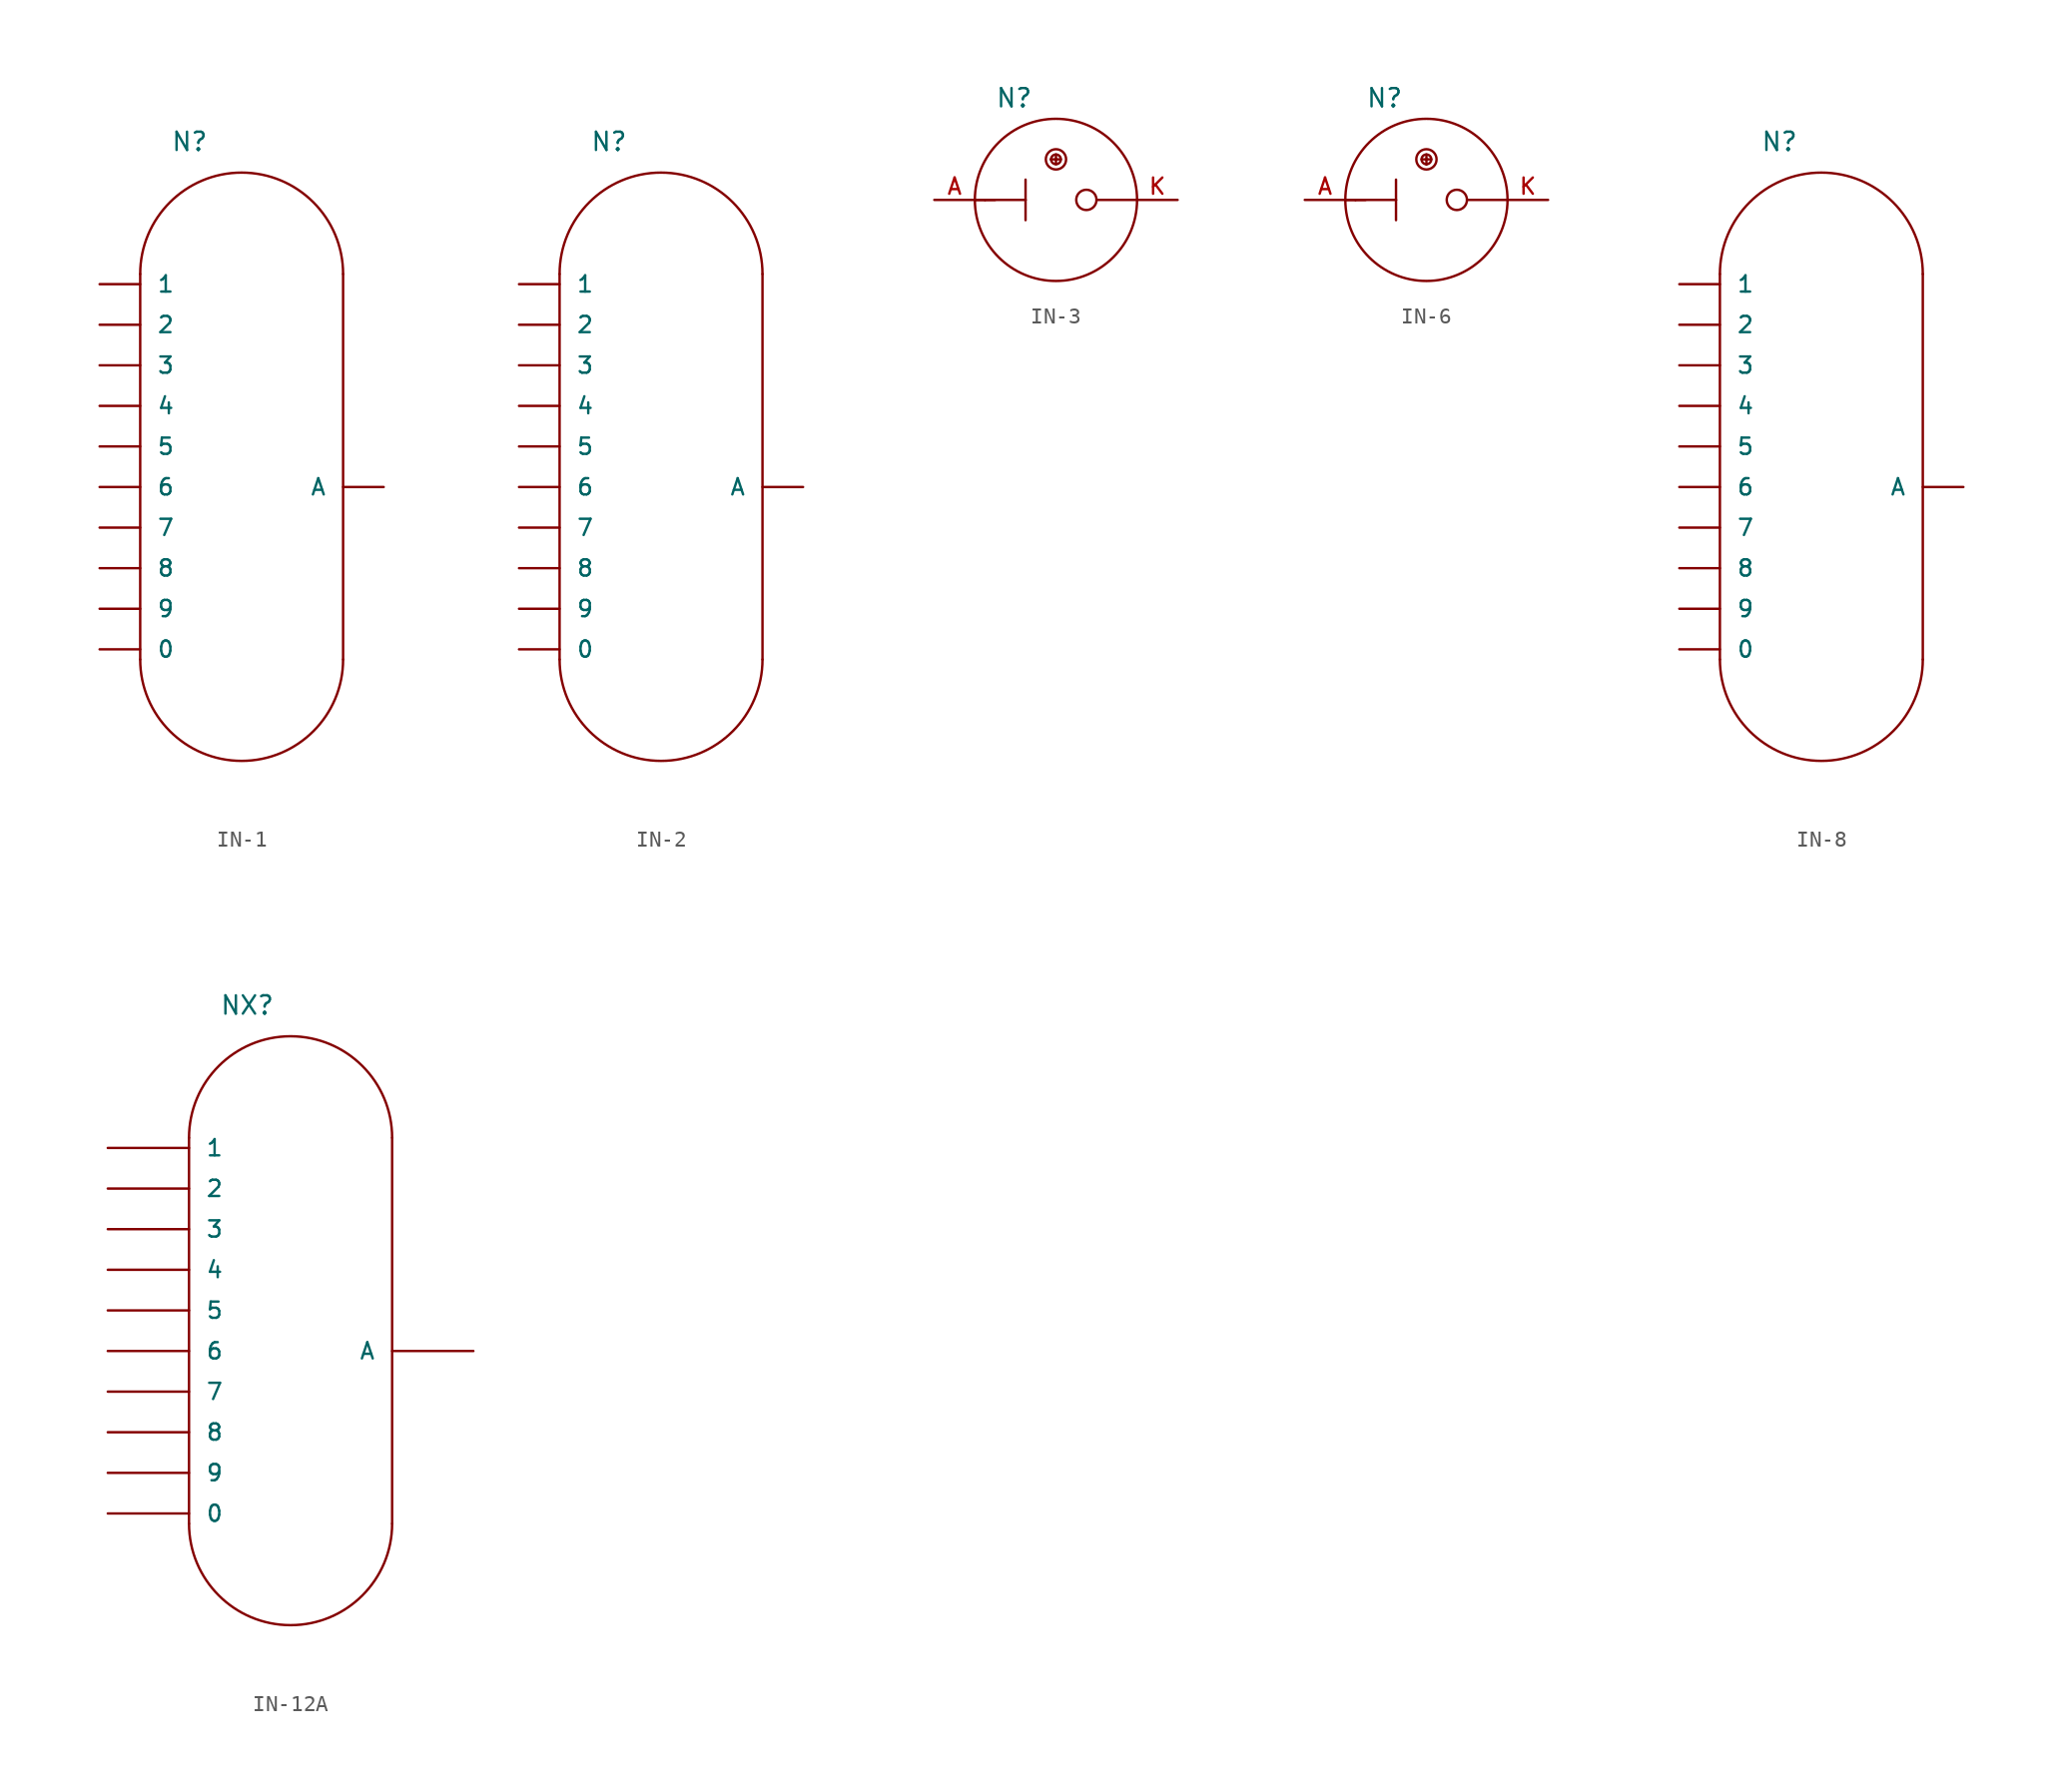
<source format=kicad_sym>
(kicad_symbol_lib
  (version 20241209)
  (generator "kicad_symbol_editor")
  (generator_version "9.0")
  (symbol "IN-1"
    (pin_numbers
      (hide yes))
    (pin_names
      (offset 1.016))
    (property "Reference" "N"
      (at -5.715 20.955 0)
      (effects (font (size 1.143 1.143)) (justify left bottom)))
    (property "ki_locked" ""
      (at 0 0 0)
      (effects (font (size 1.27 1.27))))
    (symbol "IN-1_1_0"
      (polyline (pts (xy -7.62 -10.795) (xy -7.62 13.335)) (stroke (width 0) (type solid)) (fill (type none)))
      (polyline (pts (xy 5.08 -10.795) (xy 5.08 13.335)) (stroke (width 0) (type solid)) (fill (type none))))
    (symbol "IN-1_1_1"
      (arc (start -7.62 13.335) (mid -1.27 19.685) (end 5.08 13.335) (stroke (width 0) (type solid)) (fill (type none)))
      (arc (start 5.08 -10.795) (mid -1.27 -17.145) (end -7.62 -10.795) (stroke (width 0) (type solid)) (fill (type none)))
      (pin bidirectional line (at -10.16 12.7 0) (length 2.54) (name "1" (effects (font (size 1.016 1.016)))) (number "1" (effects (font (size 1.016 1.016)))))
      (pin bidirectional line (at -10.16 10.16 0) (length 2.54) (name "2" (effects (font (size 1.016 1.016)))) (number "2" (effects (font (size 1.016 1.016)))))
      (pin bidirectional line (at -10.16 7.62 0) (length 2.54) (name "3" (effects (font (size 1.016 1.016)))) (number "3" (effects (font (size 1.016 1.016)))))
      (pin bidirectional line (at -10.16 5.08 0) (length 2.54) (name "4" (effects (font (size 1.016 1.016)))) (number "4" (effects (font (size 1.016 1.016)))))
      (pin bidirectional line (at -10.16 2.54 0) (length 2.54) (name "5" (effects (font (size 1.016 1.016)))) (number "5" (effects (font (size 1.016 1.016)))))
      (pin bidirectional line (at -10.16 0 0) (length 2.54) (name "6" (effects (font (size 1.016 1.016)))) (number "6" (effects (font (size 1.016 1.016)))))
      (pin bidirectional line (at -10.16 -2.54 0) (length 2.54) (name "7" (effects (font (size 1.016 1.016)))) (number "7" (effects (font (size 1.016 1.016)))))
      (pin bidirectional line (at -10.16 -5.08 0) (length 2.54) (name "8" (effects (font (size 1.016 1.016)))) (number "8" (effects (font (size 1.016 1.016)))))
      (pin bidirectional line (at -10.16 -7.62 0) (length 2.54) (name "9" (effects (font (size 1.016 1.016)))) (number "9" (effects (font (size 1.016 1.016)))))
      (pin bidirectional line (at -10.16 -10.16 0) (length 2.54) (name "0" (effects (font (size 1.016 1.016)))) (number "0" (effects (font (size 1.016 1.016)))))
      (pin bidirectional line (at 7.62 0 180) (length 2.54) (name "A" (effects (font (size 1.016 1.016)))) (number "A" (effects (font (size 1.016 1.016)))))))
  (symbol "IN-2"
    (pin_numbers
      (hide yes))
    (pin_names
      (offset 1.016))
    (property "Reference" "N"
      (at -5.715 20.955 0)
      (effects (font (size 1.143 1.143)) (justify left bottom)))
    (property "ki_locked" ""
      (at 0 0 0)
      (effects (font (size 1.27 1.27))))
    (symbol "IN-2_1_0"
      (polyline (pts (xy -7.62 -10.795) (xy -7.62 13.335)) (stroke (width 0) (type solid)) (fill (type none)))
      (polyline (pts (xy 5.08 -10.795) (xy 5.08 13.335)) (stroke (width 0) (type solid)) (fill (type none))))
    (symbol "IN-2_1_1"
      (arc (start -7.62 13.335) (mid -1.27 19.685) (end 5.08 13.335) (stroke (width 0) (type solid)) (fill (type none)))
      (arc (start 5.08 -10.795) (mid -1.27 -17.145) (end -7.62 -10.795) (stroke (width 0) (type solid)) (fill (type none)))
      (pin bidirectional line (at -10.16 12.7 0) (length 2.54) (name "1" (effects (font (size 1.016 1.016)))) (number "1" (effects (font (size 1.016 1.016)))))
      (pin bidirectional line (at -10.16 10.16 0) (length 2.54) (name "2" (effects (font (size 1.016 1.016)))) (number "2" (effects (font (size 1.016 1.016)))))
      (pin bidirectional line (at -10.16 7.62 0) (length 2.54) (name "3" (effects (font (size 1.016 1.016)))) (number "3" (effects (font (size 1.016 1.016)))))
      (pin bidirectional line (at -10.16 5.08 0) (length 2.54) (name "4" (effects (font (size 1.016 1.016)))) (number "4" (effects (font (size 1.016 1.016)))))
      (pin bidirectional line (at -10.16 2.54 0) (length 2.54) (name "5" (effects (font (size 1.016 1.016)))) (number "5" (effects (font (size 1.016 1.016)))))
      (pin bidirectional line (at -10.16 0 0) (length 2.54) (name "6" (effects (font (size 1.016 1.016)))) (number "6" (effects (font (size 1.016 1.016)))))
      (pin bidirectional line (at -10.16 -2.54 0) (length 2.54) (name "7" (effects (font (size 1.016 1.016)))) (number "7" (effects (font (size 1.016 1.016)))))
      (pin bidirectional line (at -10.16 -5.08 0) (length 2.54) (name "8" (effects (font (size 1.016 1.016)))) (number "8" (effects (font (size 1.016 1.016)))))
      (pin bidirectional line (at -10.16 -7.62 0) (length 2.54) (name "9" (effects (font (size 1.016 1.016)))) (number "9" (effects (font (size 1.016 1.016)))))
      (pin bidirectional line (at -10.16 -10.16 0) (length 2.54) (name "0" (effects (font (size 1.016 1.016)))) (number "0" (effects (font (size 1.016 1.016)))))
      (pin bidirectional line (at 7.62 0 180) (length 2.54) (name "A" (effects (font (size 1.016 1.016)))) (number "A" (effects (font (size 1.016 1.016)))))))
  (symbol "IN-3"
    (pin_names
      (offset 1.016)
      (hide yes))
    (property "Reference" "N"
      (at 1.27 3.175 0)
      (effects (font (size 1.143 1.143)) (justify left bottom)))
    (property "ki_locked" ""
      (at 0 0 0)
      (effects (font (size 1.27 1.27))))
    (symbol "IN-3_1_0"
      (polyline (pts (xy 0 -2.54) (xy 0.635 -2.54)) (stroke (width 0) (type solid)) (fill (type none)))
      (polyline (pts (xy 0.635 -2.54) (xy 0 -2.54)) (stroke (width 0) (type solid)) (fill (type none)))
      (polyline (pts (xy 0.635 -2.54) (xy 3.175 -2.54)) (stroke (width 0) (type solid)) (fill (type none)))
      (polyline (pts (xy 1.27 -2.54) (xy 0.635 -2.54)) (stroke (width 0) (type solid)) (fill (type none)))
      (polyline (pts (xy 3.175 -2.54) (xy 3.175 -1.27)) (stroke (width 0) (type solid)) (fill (type none)))
      (polyline (pts (xy 3.175 -2.54) (xy 3.175 -3.81)) (stroke (width 0) (type solid)) (fill (type none)))
      (polyline (pts (xy 4.75 0) (xy 5.08 0)) (stroke (width 0) (type solid)) (fill (type none)))
      (polyline (pts (xy 5.08 0) (xy 5.08 0.305)) (stroke (width 0) (type solid)) (fill (type none)))
      (polyline (pts (xy 5.08 0) (xy 5.08 -0.305)) (stroke (width 0) (type solid)) (fill (type none)))
      (polyline (pts (xy 5.08 0) (xy 5.385 0)) (stroke (width 0) (type solid)) (fill (type none)))
      (polyline (pts (xy 10.16 -2.54) (xy 7.62 -2.54)) (stroke (width 0) (type solid)) (fill (type none))))
    (symbol "IN-3_1_1"
      (circle (center 5.08 0) (radius 0.305) (stroke (width 0) (type solid)) (fill (type none)))
      (circle (center 5.08 0) (radius 0.635) (stroke (width 0) (type solid)) (fill (type none)))
      (circle (center 5.08 -2.54) (radius 5.08) (stroke (width 0) (type solid)) (fill (type none)))
      (circle (center 6.985 -2.54) (radius 0.635) (stroke (width 0) (type solid)) (fill (type none)))
      (pin bidirectional line (at -2.54 -2.54 0) (length 2.54) (name "A" (effects (font (size 1.016 1.016)))) (number "A" (effects (font (size 1.016 1.016)))))
      (pin bidirectional line (at 12.7 -2.54 180) (length 2.54) (name "K" (effects (font (size 1.016 1.016)))) (number "K" (effects (font (size 1.016 1.016)))))))
  (symbol "IN-6"
    (pin_names
      (offset 1.016)
      (hide yes))
    (property "Reference" "N"
      (at -3.81 5.715 0)
      (effects (font (size 1.143 1.143)) (justify left bottom)))
    (property "ki_locked" ""
      (at 0 0 0)
      (effects (font (size 1.27 1.27))))
    (symbol "IN-6_1_0"
      (polyline (pts (xy -5.08 0) (xy -4.445 0)) (stroke (width 0) (type solid)) (fill (type none)))
      (polyline (pts (xy -4.445 0) (xy -5.08 0)) (stroke (width 0) (type solid)) (fill (type none)))
      (polyline (pts (xy -4.445 0) (xy -1.905 0)) (stroke (width 0) (type solid)) (fill (type none)))
      (polyline (pts (xy -3.81 0) (xy -4.445 0)) (stroke (width 0) (type solid)) (fill (type none)))
      (polyline (pts (xy -1.905 0) (xy -1.905 1.27)) (stroke (width 0) (type solid)) (fill (type none)))
      (polyline (pts (xy -1.905 0) (xy -1.905 -1.27)) (stroke (width 0) (type solid)) (fill (type none)))
      (polyline (pts (xy -0.305 2.54) (xy 0 2.54)) (stroke (width 0) (type solid)) (fill (type none)))
      (polyline (pts (xy 0 2.54) (xy 0 2.845)) (stroke (width 0) (type solid)) (fill (type none)))
      (polyline (pts (xy 0 2.54) (xy 0 2.21)) (stroke (width 0) (type solid)) (fill (type none)))
      (polyline (pts (xy 0 2.54) (xy 0.305 2.54)) (stroke (width 0) (type solid)) (fill (type none)))
      (polyline (pts (xy 5.08 0) (xy 2.54 0)) (stroke (width 0) (type solid)) (fill (type none))))
    (symbol "IN-6_1_1"
      (circle (center 0 2.54) (radius 0.305) (stroke (width 0) (type solid)) (fill (type none)))
      (circle (center 0 2.54) (radius 0.635) (stroke (width 0) (type solid)) (fill (type none)))
      (circle (center 0 0) (radius 5.08) (stroke (width 0) (type solid)) (fill (type none)))
      (circle (center 1.905 0) (radius 0.635) (stroke (width 0) (type solid)) (fill (type none)))
      (pin bidirectional line (at -7.62 0 0) (length 2.54) (name "A" (effects (font (size 1.016 1.016)))) (number "A" (effects (font (size 1.016 1.016)))))
      (pin bidirectional line (at 7.62 0 180) (length 2.54) (name "K" (effects (font (size 1.016 1.016)))) (number "K" (effects (font (size 1.016 1.016)))))))
  (symbol "IN-8"
    (pin_numbers
      (hide yes))
    (pin_names
      (offset 1.016))
    (property "Reference" "N"
      (at -5.08 20.955 0)
      (effects (font (size 1.143 1.143)) (justify left bottom)))
    (property "ki_locked" ""
      (at 0 0 0)
      (effects (font (size 1.27 1.27))))
    (symbol "IN-8_1_0"
      (polyline (pts (xy -7.62 -10.795) (xy -7.62 13.335)) (stroke (width 0) (type solid)) (fill (type none)))
      (polyline (pts (xy 5.08 -10.795) (xy 5.08 13.335)) (stroke (width 0) (type solid)) (fill (type none))))
    (symbol "IN-8_1_1"
      (arc (start -7.62 13.335) (mid -1.27 19.685) (end 5.08 13.335) (stroke (width 0) (type solid)) (fill (type none)))
      (arc (start 5.08 -10.795) (mid -1.27 -17.145) (end -7.62 -10.795) (stroke (width 0) (type solid)) (fill (type none)))
      (pin bidirectional line (at -10.16 12.7 0) (length 2.54) (name "1" (effects (font (size 1.016 1.016)))) (number "1" (effects (font (size 1.016 1.016)))))
      (pin bidirectional line (at -10.16 10.16 0) (length 2.54) (name "2" (effects (font (size 1.016 1.016)))) (number "2" (effects (font (size 1.016 1.016)))))
      (pin bidirectional line (at -10.16 7.62 0) (length 2.54) (name "3" (effects (font (size 1.016 1.016)))) (number "3" (effects (font (size 1.016 1.016)))))
      (pin bidirectional line (at -10.16 5.08 0) (length 2.54) (name "4" (effects (font (size 1.016 1.016)))) (number "4" (effects (font (size 1.016 1.016)))))
      (pin bidirectional line (at -10.16 2.54 0) (length 2.54) (name "5" (effects (font (size 1.016 1.016)))) (number "5" (effects (font (size 1.016 1.016)))))
      (pin bidirectional line (at -10.16 0 0) (length 2.54) (name "6" (effects (font (size 1.016 1.016)))) (number "6" (effects (font (size 1.016 1.016)))))
      (pin bidirectional line (at -10.16 -2.54 0) (length 2.54) (name "7" (effects (font (size 1.016 1.016)))) (number "7" (effects (font (size 1.016 1.016)))))
      (pin bidirectional line (at -10.16 -5.08 0) (length 2.54) (name "8" (effects (font (size 1.016 1.016)))) (number "8" (effects (font (size 1.016 1.016)))))
      (pin bidirectional line (at -10.16 -7.62 0) (length 2.54) (name "9" (effects (font (size 1.016 1.016)))) (number "9" (effects (font (size 1.016 1.016)))))
      (pin bidirectional line (at -10.16 -10.16 0) (length 2.54) (name "0" (effects (font (size 1.016 1.016)))) (number "0" (effects (font (size 1.016 1.016)))))
      (pin bidirectional line (at 7.62 0 180) (length 2.54) (name "A" (effects (font (size 1.016 1.016)))) (number "A" (effects (font (size 1.016 1.016)))))))
  (symbol "IN-12A"
    (pin_numbers
      (hide yes))
    (pin_names
      (offset 1.016))
    (property "Reference" "NX"
      (at -5.715 20.955 0)
      (effects (font (size 1.143 1.143)) (justify left bottom)))
    (property "ki_locked" ""
      (at 0 0 0)
      (effects (font (size 1.27 1.27))))
    (symbol "IN-12A_1_0"
      (polyline (pts (xy -7.62 -10.795) (xy -7.62 13.335)) (stroke (width 0) (type solid)) (fill (type none)))
      (polyline (pts (xy 5.08 -10.795) (xy 5.08 13.335)) (stroke (width 0) (type solid)) (fill (type none))))
    (symbol "IN-12A_1_1"
      (arc (start -7.62 13.335) (mid -1.27 19.685) (end 5.08 13.335) (stroke (width 0) (type solid)) (fill (type none)))
      (arc (start 5.08 -10.795) (mid -1.27 -17.145) (end -7.62 -10.795) (stroke (width 0) (type solid)) (fill (type none)))
      (pin bidirectional line (at -12.7 12.7 0) (length 5.08) (name "1" (effects (font (size 1.016 1.016)))) (number "1" (effects (font (size 1.016 1.016)))))
      (pin bidirectional line (at -12.7 10.16 0) (length 5.08) (name "2" (effects (font (size 1.016 1.016)))) (number "2" (effects (font (size 1.016 1.016)))))
      (pin bidirectional line (at -12.7 7.62 0) (length 5.08) (name "3" (effects (font (size 1.016 1.016)))) (number "3" (effects (font (size 1.016 1.016)))))
      (pin bidirectional line (at -12.7 5.08 0) (length 5.08) (name "4" (effects (font (size 1.016 1.016)))) (number "4" (effects (font (size 1.016 1.016)))))
      (pin bidirectional line (at -12.7 2.54 0) (length 5.08) (name "5" (effects (font (size 1.016 1.016)))) (number "5" (effects (font (size 1.016 1.016)))))
      (pin bidirectional line (at -12.7 0 0) (length 5.08) (name "6" (effects (font (size 1.016 1.016)))) (number "6" (effects (font (size 1.016 1.016)))))
      (pin bidirectional line (at -12.7 -2.54 0) (length 5.08) (name "7" (effects (font (size 1.016 1.016)))) (number "7" (effects (font (size 1.016 1.016)))))
      (pin bidirectional line (at -12.7 -5.08 0) (length 5.08) (name "8" (effects (font (size 1.016 1.016)))) (number "8" (effects (font (size 1.016 1.016)))))
      (pin bidirectional line (at -12.7 -7.62 0) (length 5.08) (name "9" (effects (font (size 1.016 1.016)))) (number "9" (effects (font (size 1.016 1.016)))))
      (pin bidirectional line (at -12.7 -10.16 0) (length 5.08) (name "0" (effects (font (size 1.016 1.016)))) (number "0" (effects (font (size 1.016 1.016)))))
      (pin bidirectional line (at 10.16 0 180) (length 5.08) (name "A" (effects (font (size 1.016 1.016)))) (number "A" (effects (font (size 1.016 1.016))))))))
</source>
